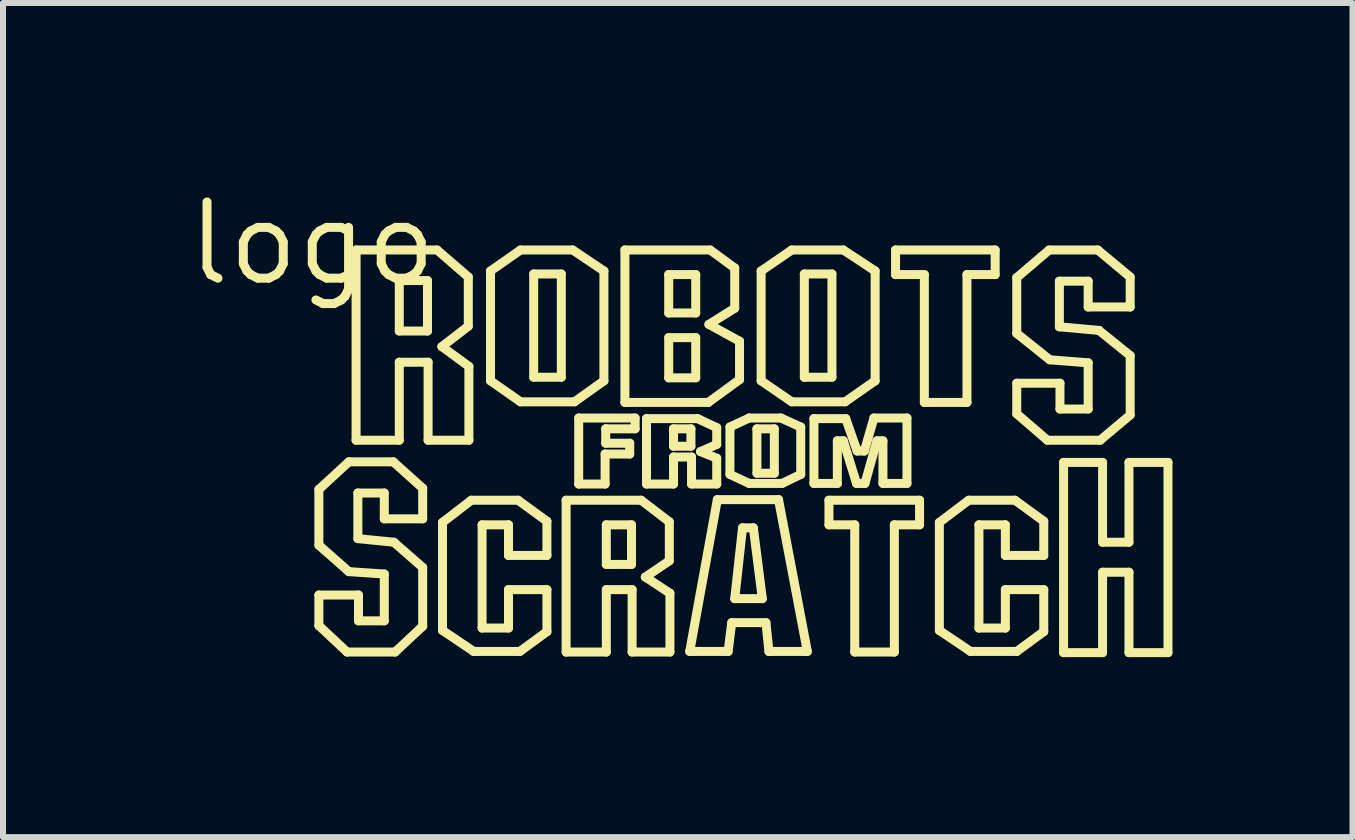
<source format=kicad_pcb>
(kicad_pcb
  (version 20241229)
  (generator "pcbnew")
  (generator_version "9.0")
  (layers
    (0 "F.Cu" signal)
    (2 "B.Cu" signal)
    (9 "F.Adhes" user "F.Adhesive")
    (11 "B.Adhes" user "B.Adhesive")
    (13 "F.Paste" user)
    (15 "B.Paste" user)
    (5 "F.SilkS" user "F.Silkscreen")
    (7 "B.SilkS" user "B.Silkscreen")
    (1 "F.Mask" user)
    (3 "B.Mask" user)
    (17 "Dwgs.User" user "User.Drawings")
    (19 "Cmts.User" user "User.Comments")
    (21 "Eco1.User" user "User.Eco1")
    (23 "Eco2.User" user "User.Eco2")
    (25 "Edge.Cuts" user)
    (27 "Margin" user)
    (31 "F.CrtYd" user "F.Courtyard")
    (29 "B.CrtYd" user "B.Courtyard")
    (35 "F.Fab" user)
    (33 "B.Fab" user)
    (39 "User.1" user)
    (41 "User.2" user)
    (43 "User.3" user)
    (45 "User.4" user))
  (footprint "logo"
    (layer "F.Cu")
    (at 2.154 1.006)
    (property "Reference" "logo" (at 0 0 0) (layer "F.SilkS") (effects (font (size 1.27 1.27) (thickness 0.15))))
    (attr through_hole)
    (fp_line (start 0.11 4.1) (end 0.11 5.03) (stroke (width 0.15) (type solid)) (layer "F.SilkS"))
    (fp_line (start 0.11 5.03) (end 0.61 5.47) (stroke (width 0.15) (type solid)) (layer "F.SilkS"))
    (fp_line (start 0.11 5.86) (end 0.11 6.37) (stroke (width 0.15) (type solid)) (layer "F.SilkS"))
    (fp_line (start 0.11 6.37) (end 0.58 6.81) (stroke (width 0.15) (type solid)) (layer "F.SilkS"))
    (fp_line (start 0.58 6.81) (end 1.38 6.81) (stroke (width 0.15) (type solid)) (layer "F.SilkS"))
    (fp_line (start 0.61 3.64) (end 0.11 4.1) (stroke (width 0.15) (type solid)) (layer "F.SilkS"))
    (fp_line (start 0.61 5.47) (end 1.2 5.51) (stroke (width 0.15) (type solid)) (layer "F.SilkS"))
    (fp_line (start 0.73 0.11) (end 0.73 3.28) (stroke (width 0.15) (type solid)) (layer "F.SilkS"))
    (fp_line (start 0.73 3.28) (end 1.45 3.28) (stroke (width 0.15) (type solid)) (layer "F.SilkS"))
    (fp_line (start 0.76 4.16) (end 1.2 4.16) (stroke (width 0.15) (type solid)) (layer "F.SilkS"))
    (fp_line (start 0.76 4.92) (end 0.76 4.16) (stroke (width 0.15) (type solid)) (layer "F.SilkS"))
    (fp_line (start 0.77 5.86) (end 0.11 5.86) (stroke (width 0.15) (type solid)) (layer "F.SilkS"))
    (fp_line (start 0.77 6.29) (end 0.77 5.86) (stroke (width 0.15) (type solid)) (layer "F.SilkS"))
    (fp_line (start 1.2 4.16) (end 1.2 4.59) (stroke (width 0.15) (type solid)) (layer "F.SilkS"))
    (fp_line (start 1.2 4.59) (end 1.84 4.59) (stroke (width 0.15) (type solid)) (layer "F.SilkS"))
    (fp_line (start 1.2 5.51) (end 1.2 6.29) (stroke (width 0.15) (type solid)) (layer "F.SilkS"))
    (fp_line (start 1.2 6.29) (end 0.77 6.29) (stroke (width 0.15) (type solid)) (layer "F.SilkS"))
    (fp_line (start 1.35 3.64) (end 0.61 3.64) (stroke (width 0.15) (type solid)) (layer "F.SilkS"))
    (fp_line (start 1.36 4.98) (end 0.76 4.92) (stroke (width 0.15) (type solid)) (layer "F.SilkS"))
    (fp_line (start 1.38 6.81) (end 1.84 6.38) (stroke (width 0.15) (type solid)) (layer "F.SilkS"))
    (fp_line (start 1.45 0.62) (end 1.92 0.62) (stroke (width 0.15) (type solid)) (layer "F.SilkS"))
    (fp_line (start 1.45 1.46) (end 1.45 0.62) (stroke (width 0.15) (type solid)) (layer "F.SilkS"))
    (fp_line (start 1.45 1.98) (end 1.93 1.98) (stroke (width 0.15) (type solid)) (layer "F.SilkS"))
    (fp_line (start 1.45 3.28) (end 1.45 1.98) (stroke (width 0.15) (type solid)) (layer "F.SilkS"))
    (fp_line (start 1.84 4.08) (end 1.35 3.64) (stroke (width 0.15) (type solid)) (layer "F.SilkS"))
    (fp_line (start 1.84 4.59) (end 1.84 4.08) (stroke (width 0.15) (type solid)) (layer "F.SilkS"))
    (fp_line (start 1.84 5.4) (end 1.36 4.98) (stroke (width 0.15) (type solid)) (layer "F.SilkS"))
    (fp_line (start 1.84 6.38) (end 1.84 5.4) (stroke (width 0.15) (type solid)) (layer "F.SilkS"))
    (fp_line (start 1.92 0.62) (end 1.92 1.46) (stroke (width 0.15) (type solid)) (layer "F.SilkS"))
    (fp_line (start 1.92 1.46) (end 1.45 1.46) (stroke (width 0.15) (type solid)) (layer "F.SilkS"))
    (fp_line (start 1.93 1.98) (end 1.93 3.28) (stroke (width 0.15) (type solid)) (layer "F.SilkS"))
    (fp_line (start 1.93 3.28) (end 2.61 3.28) (stroke (width 0.15) (type solid)) (layer "F.SilkS"))
    (fp_line (start 2.08 0.11) (end 0.73 0.11) (stroke (width 0.15) (type solid)) (layer "F.SilkS"))
    (fp_line (start 2.16 1.72) (end 2.6 1.38) (stroke (width 0.15) (type solid)) (layer "F.SilkS"))
    (fp_line (start 2.17 4.65) (end 2.17 6.45) (stroke (width 0.15) (type solid)) (layer "F.SilkS"))
    (fp_line (start 2.17 6.45) (end 2.69 6.8) (stroke (width 0.15) (type solid)) (layer "F.SilkS"))
    (fp_line (start 2.6 0.56) (end 2.08 0.11) (stroke (width 0.15) (type solid)) (layer "F.SilkS"))
    (fp_line (start 2.6 1.38) (end 2.6 0.56) (stroke (width 0.15) (type solid)) (layer "F.SilkS"))
    (fp_line (start 2.61 2.05) (end 2.16 1.72) (stroke (width 0.15) (type solid)) (layer "F.SilkS"))
    (fp_line (start 2.61 3.28) (end 2.61 2.05) (stroke (width 0.15) (type solid)) (layer "F.SilkS"))
    (fp_line (start 2.65 4.28) (end 2.17 4.65) (stroke (width 0.15) (type solid)) (layer "F.SilkS"))
    (fp_line (start 2.69 6.8) (end 3.46 6.8) (stroke (width 0.15) (type solid)) (layer "F.SilkS"))
    (fp_line (start 2.83 4.69) (end 3.27 4.69) (stroke (width 0.15) (type solid)) (layer "F.SilkS"))
    (fp_line (start 2.83 6.41) (end 2.83 4.69) (stroke (width 0.15) (type solid)) (layer "F.SilkS"))
    (fp_line (start 2.97 0.46) (end 2.97 2.29) (stroke (width 0.15) (type solid)) (layer "F.SilkS"))
    (fp_line (start 2.97 2.29) (end 3.47 2.64) (stroke (width 0.15) (type solid)) (layer "F.SilkS"))
    (fp_line (start 3.27 4.69) (end 3.27 5.2) (stroke (width 0.15) (type solid)) (layer "F.SilkS"))
    (fp_line (start 3.27 5.2) (end 3.91 5.2) (stroke (width 0.15) (type solid)) (layer "F.SilkS"))
    (fp_line (start 3.27 5.77) (end 3.27 6.41) (stroke (width 0.15) (type solid)) (layer "F.SilkS"))
    (fp_line (start 3.27 6.41) (end 2.83 6.41) (stroke (width 0.15) (type solid)) (layer "F.SilkS"))
    (fp_line (start 3.43 4.28) (end 2.65 4.28) (stroke (width 0.15) (type solid)) (layer "F.SilkS"))
    (fp_line (start 3.46 6.8) (end 3.91 6.47) (stroke (width 0.15) (type solid)) (layer "F.SilkS"))
    (fp_line (start 3.47 0.11) (end 2.97 0.46) (stroke (width 0.15) (type solid)) (layer "F.SilkS"))
    (fp_line (start 3.47 2.64) (end 4.37 2.64) (stroke (width 0.15) (type solid)) (layer "F.SilkS"))
    (fp_line (start 3.69 0.51) (end 4.15 0.51) (stroke (width 0.15) (type solid)) (layer "F.SilkS"))
    (fp_line (start 3.69 2.23) (end 3.69 0.51) (stroke (width 0.15) (type solid)) (layer "F.SilkS"))
    (fp_line (start 3.91 4.63) (end 3.43 4.28) (stroke (width 0.15) (type solid)) (layer "F.SilkS"))
    (fp_line (start 3.91 5.2) (end 3.91 4.63) (stroke (width 0.15) (type solid)) (layer "F.SilkS"))
    (fp_line (start 3.91 5.77) (end 3.27 5.77) (stroke (width 0.15) (type solid)) (layer "F.SilkS"))
    (fp_line (start 3.91 6.47) (end 3.91 5.77) (stroke (width 0.15) (type solid)) (layer "F.SilkS"))
    (fp_line (start 4.15 0.51) (end 4.15 2.23) (stroke (width 0.15) (type solid)) (layer "F.SilkS"))
    (fp_line (start 4.15 2.23) (end 3.69 2.23) (stroke (width 0.15) (type solid)) (layer "F.SilkS"))
    (fp_line (start 4.23 4.28) (end 4.23 6.81) (stroke (width 0.15) (type solid)) (layer "F.SilkS"))
    (fp_line (start 4.23 6.81) (end 4.9 6.81) (stroke (width 0.15) (type solid)) (layer "F.SilkS"))
    (fp_line (start 4.34 0.11) (end 3.47 0.11) (stroke (width 0.15) (type solid)) (layer "F.SilkS"))
    (fp_line (start 4.37 2.64) (end 4.86 2.29) (stroke (width 0.15) (type solid)) (layer "F.SilkS"))
    (fp_line (start 4.44 2.91) (end 4.44 4.01) (stroke (width 0.15) (type solid)) (layer "F.SilkS"))
    (fp_line (start 4.44 4.01) (end 4.88 4.01) (stroke (width 0.15) (type solid)) (layer "F.SilkS"))
    (fp_line (start 4.86 0.46) (end 4.34 0.11) (stroke (width 0.15) (type solid)) (layer "F.SilkS"))
    (fp_line (start 4.86 2.29) (end 4.86 0.46) (stroke (width 0.15) (type solid)) (layer "F.SilkS"))
    (fp_line (start 4.88 3.51) (end 5.29 3.51) (stroke (width 0.15) (type solid)) (layer "F.SilkS"))
    (fp_line (start 4.88 4.01) (end 4.88 3.51) (stroke (width 0.15) (type solid)) (layer "F.SilkS"))
    (fp_line (start 4.89 3.09) (end 5.38 3.09) (stroke (width 0.15) (type solid)) (layer "F.SilkS"))
    (fp_line (start 4.89 3.33) (end 4.89 3.09) (stroke (width 0.15) (type solid)) (layer "F.SilkS"))
    (fp_line (start 4.9 4.69) (end 5.32 4.69) (stroke (width 0.15) (type solid)) (layer "F.SilkS"))
    (fp_line (start 4.9 5.35) (end 4.9 4.69) (stroke (width 0.15) (type solid)) (layer "F.SilkS"))
    (fp_line (start 4.9 5.77) (end 5.33 5.77) (stroke (width 0.15) (type solid)) (layer "F.SilkS"))
    (fp_line (start 4.9 6.81) (end 4.9 5.77) (stroke (width 0.15) (type solid)) (layer "F.SilkS"))
    (fp_line (start 5.21 0.11) (end 5.21 2.65) (stroke (width 0.15) (type solid)) (layer "F.SilkS"))
    (fp_line (start 5.21 2.65) (end 6.6 2.65) (stroke (width 0.15) (type solid)) (layer "F.SilkS"))
    (fp_line (start 5.29 3.33) (end 4.89 3.33) (stroke (width 0.15) (type solid)) (layer "F.SilkS"))
    (fp_line (start 5.29 3.51) (end 5.29 3.33) (stroke (width 0.15) (type solid)) (layer "F.SilkS"))
    (fp_line (start 5.32 4.69) (end 5.32 5.35) (stroke (width 0.15) (type solid)) (layer "F.SilkS"))
    (fp_line (start 5.32 5.35) (end 4.9 5.35) (stroke (width 0.15) (type solid)) (layer "F.SilkS"))
    (fp_line (start 5.33 5.77) (end 5.33 6.81) (stroke (width 0.15) (type solid)) (layer "F.SilkS"))
    (fp_line (start 5.33 6.81) (end 5.96 6.81) (stroke (width 0.15) (type solid)) (layer "F.SilkS"))
    (fp_line (start 5.38 2.91) (end 4.44 2.91) (stroke (width 0.15) (type solid)) (layer "F.SilkS"))
    (fp_line (start 5.38 3.09) (end 5.38 2.91) (stroke (width 0.15) (type solid)) (layer "F.SilkS"))
    (fp_line (start 5.48 4.28) (end 4.23 4.28) (stroke (width 0.15) (type solid)) (layer "F.SilkS"))
    (fp_line (start 5.55 5.56) (end 5.95 5.29) (stroke (width 0.15) (type solid)) (layer "F.SilkS"))
    (fp_line (start 5.57 2.92) (end 5.57 4.01) (stroke (width 0.15) (type solid)) (layer "F.SilkS"))
    (fp_line (start 5.57 4.01) (end 6.02 4.01) (stroke (width 0.15) (type solid)) (layer "F.SilkS"))
    (fp_line (start 5.94 0.52) (end 6.39 0.52) (stroke (width 0.15) (type solid)) (layer "F.SilkS"))
    (fp_line (start 5.94 1.16) (end 5.94 0.52) (stroke (width 0.15) (type solid)) (layer "F.SilkS"))
    (fp_line (start 5.94 1.57) (end 6.39 1.57) (stroke (width 0.15) (type solid)) (layer "F.SilkS"))
    (fp_line (start 5.94 2.24) (end 5.94 1.57) (stroke (width 0.15) (type solid)) (layer "F.SilkS"))
    (fp_line (start 5.95 4.64) (end 5.48 4.28) (stroke (width 0.15) (type solid)) (layer "F.SilkS"))
    (fp_line (start 5.95 5.29) (end 5.95 4.64) (stroke (width 0.15) (type solid)) (layer "F.SilkS"))
    (fp_line (start 5.96 5.83) (end 5.55 5.56) (stroke (width 0.15) (type solid)) (layer "F.SilkS"))
    (fp_line (start 5.96 6.81) (end 5.96 5.83) (stroke (width 0.15) (type solid)) (layer "F.SilkS"))
    (fp_line (start 6.02 3.09) (end 6.31 3.09) (stroke (width 0.15) (type solid)) (layer "F.SilkS"))
    (fp_line (start 6.02 3.38) (end 6.02 3.09) (stroke (width 0.15) (type solid)) (layer "F.SilkS"))
    (fp_line (start 6.02 3.56) (end 6.32 3.56) (stroke (width 0.15) (type solid)) (layer "F.SilkS"))
    (fp_line (start 6.02 4.01) (end 6.02 3.56) (stroke (width 0.15) (type solid)) (layer "F.SilkS"))
    (fp_line (start 6.29 6.8) (end 6.93 6.8) (stroke (width 0.15) (type solid)) (layer "F.SilkS"))
    (fp_line (start 6.31 3.09) (end 6.31 3.38) (stroke (width 0.15) (type solid)) (layer "F.SilkS"))
    (fp_line (start 6.31 3.38) (end 6.02 3.38) (stroke (width 0.15) (type solid)) (layer "F.SilkS"))
    (fp_line (start 6.32 3.56) (end 6.32 4.01) (stroke (width 0.15) (type solid)) (layer "F.SilkS"))
    (fp_line (start 6.32 4.01) (end 6.74 4.01) (stroke (width 0.15) (type solid)) (layer "F.SilkS"))
    (fp_line (start 6.39 0.52) (end 6.39 1.16) (stroke (width 0.15) (type solid)) (layer "F.SilkS"))
    (fp_line (start 6.39 1.16) (end 5.94 1.16) (stroke (width 0.15) (type solid)) (layer "F.SilkS"))
    (fp_line (start 6.39 1.57) (end 6.39 2.24) (stroke (width 0.15) (type solid)) (layer "F.SilkS"))
    (fp_line (start 6.39 2.24) (end 5.94 2.24) (stroke (width 0.15) (type solid)) (layer "F.SilkS"))
    (fp_line (start 6.42 2.92) (end 5.57 2.92) (stroke (width 0.15) (type solid)) (layer "F.SilkS"))
    (fp_line (start 6.47 3.47) (end 6.74 3.35) (stroke (width 0.15) (type solid)) (layer "F.SilkS"))
    (fp_line (start 6.6 2.65) (end 7.12 2.27) (stroke (width 0.15) (type solid)) (layer "F.SilkS"))
    (fp_line (start 6.61 1.35) (end 7.04 1.08) (stroke (width 0.15) (type solid)) (layer "F.SilkS"))
    (fp_line (start 6.63 0.11) (end 5.21 0.11) (stroke (width 0.15) (type solid)) (layer "F.SilkS"))
    (fp_line (start 6.74 3.07) (end 6.42 2.92) (stroke (width 0.15) (type solid)) (layer "F.SilkS"))
    (fp_line (start 6.74 3.35) (end 6.74 3.07) (stroke (width 0.15) (type solid)) (layer "F.SilkS"))
    (fp_line (start 6.74 3.58) (end 6.47 3.47) (stroke (width 0.15) (type solid)) (layer "F.SilkS"))
    (fp_line (start 6.74 4.01) (end 6.74 3.58) (stroke (width 0.15) (type solid)) (layer "F.SilkS"))
    (fp_line (start 6.75 4.27) (end 6.29 6.8) (stroke (width 0.15) (type solid)) (layer "F.SilkS"))
    (fp_line (start 6.93 6.8) (end 6.99 6.32) (stroke (width 0.15) (type solid)) (layer "F.SilkS"))
    (fp_line (start 6.96 3.06) (end 6.96 3.85) (stroke (width 0.15) (type solid)) (layer "F.SilkS"))
    (fp_line (start 6.96 3.85) (end 7.28 4) (stroke (width 0.15) (type solid)) (layer "F.SilkS"))
    (fp_line (start 6.99 6.32) (end 7.56 6.32) (stroke (width 0.15) (type solid)) (layer "F.SilkS"))
    (fp_line (start 7.04 0.41) (end 6.63 0.11) (stroke (width 0.15) (type solid)) (layer "F.SilkS"))
    (fp_line (start 7.04 1.08) (end 7.04 0.41) (stroke (width 0.15) (type solid)) (layer "F.SilkS"))
    (fp_line (start 7.04 5.92) (end 7.17 4.74) (stroke (width 0.15) (type solid)) (layer "F.SilkS"))
    (fp_line (start 7.12 1.63) (end 6.61 1.35) (stroke (width 0.15) (type solid)) (layer "F.SilkS"))
    (fp_line (start 7.12 2.27) (end 7.12 1.63) (stroke (width 0.15) (type solid)) (layer "F.SilkS"))
    (fp_line (start 7.17 4.74) (end 7.35 4.74) (stroke (width 0.15) (type solid)) (layer "F.SilkS"))
    (fp_line (start 7.28 2.91) (end 6.96 3.06) (stroke (width 0.15) (type solid)) (layer "F.SilkS"))
    (fp_line (start 7.28 4) (end 7.83 4) (stroke (width 0.15) (type solid)) (layer "F.SilkS"))
    (fp_line (start 7.35 4.74) (end 7.5 5.92) (stroke (width 0.15) (type solid)) (layer "F.SilkS"))
    (fp_line (start 7.41 3.09) (end 7.7 3.09) (stroke (width 0.15) (type solid)) (layer "F.SilkS"))
    (fp_line (start 7.41 3.83) (end 7.41 3.09) (stroke (width 0.15) (type solid)) (layer "F.SilkS"))
    (fp_line (start 7.48 0.46) (end 7.48 2.29) (stroke (width 0.15) (type solid)) (layer "F.SilkS"))
    (fp_line (start 7.48 2.29) (end 7.99 2.64) (stroke (width 0.15) (type solid)) (layer "F.SilkS"))
    (fp_line (start 7.5 5.92) (end 7.04 5.92) (stroke (width 0.15) (type solid)) (layer "F.SilkS"))
    (fp_line (start 7.56 6.32) (end 7.61 6.8) (stroke (width 0.15) (type solid)) (layer "F.SilkS"))
    (fp_line (start 7.61 6.8) (end 8.25 6.8) (stroke (width 0.15) (type solid)) (layer "F.SilkS"))
    (fp_line (start 7.7 3.09) (end 7.7 3.83) (stroke (width 0.15) (type solid)) (layer "F.SilkS"))
    (fp_line (start 7.7 3.83) (end 7.41 3.83) (stroke (width 0.15) (type solid)) (layer "F.SilkS"))
    (fp_line (start 7.77 4.27) (end 6.75 4.27) (stroke (width 0.15) (type solid)) (layer "F.SilkS"))
    (fp_line (start 7.81 2.91) (end 7.28 2.91) (stroke (width 0.15) (type solid)) (layer "F.SilkS"))
    (fp_line (start 7.83 4) (end 8.14 3.85) (stroke (width 0.15) (type solid)) (layer "F.SilkS"))
    (fp_line (start 7.99 0.11) (end 7.48 0.46) (stroke (width 0.15) (type solid)) (layer "F.SilkS"))
    (fp_line (start 7.99 2.64) (end 8.88 2.64) (stroke (width 0.15) (type solid)) (layer "F.SilkS"))
    (fp_line (start 8.14 3.06) (end 7.81 2.91) (stroke (width 0.15) (type solid)) (layer "F.SilkS"))
    (fp_line (start 8.14 3.85) (end 8.14 3.06) (stroke (width 0.15) (type solid)) (layer "F.SilkS"))
    (fp_line (start 8.2 0.51) (end 8.66 0.51) (stroke (width 0.15) (type solid)) (layer "F.SilkS"))
    (fp_line (start 8.2 2.23) (end 8.2 0.51) (stroke (width 0.15) (type solid)) (layer "F.SilkS"))
    (fp_line (start 8.25 6.8) (end 7.77 4.27) (stroke (width 0.15) (type solid)) (layer "F.SilkS"))
    (fp_line (start 8.36 2.92) (end 8.36 4) (stroke (width 0.15) (type solid)) (layer "F.SilkS"))
    (fp_line (start 8.36 4) (end 8.75 4) (stroke (width 0.15) (type solid)) (layer "F.SilkS"))
    (fp_line (start 8.61 4.28) (end 8.61 4.69) (stroke (width 0.15) (type solid)) (layer "F.SilkS"))
    (fp_line (start 8.61 4.69) (end 9.04 4.69) (stroke (width 0.15) (type solid)) (layer "F.SilkS"))
    (fp_line (start 8.66 0.51) (end 8.66 2.23) (stroke (width 0.15) (type solid)) (layer "F.SilkS"))
    (fp_line (start 8.66 2.23) (end 8.2 2.23) (stroke (width 0.15) (type solid)) (layer "F.SilkS"))
    (fp_line (start 8.75 3.29) (end 8.85 3.29) (stroke (width 0.15) (type solid)) (layer "F.SilkS"))
    (fp_line (start 8.75 4) (end 8.75 3.29) (stroke (width 0.15) (type solid)) (layer "F.SilkS"))
    (fp_line (start 8.85 0.11) (end 7.99 0.11) (stroke (width 0.15) (type solid)) (layer "F.SilkS"))
    (fp_line (start 8.85 3.29) (end 9.07 4) (stroke (width 0.15) (type solid)) (layer "F.SilkS"))
    (fp_line (start 8.88 2.64) (end 9.38 2.29) (stroke (width 0.15) (type solid)) (layer "F.SilkS"))
    (fp_line (start 8.89 2.92) (end 8.36 2.92) (stroke (width 0.15) (type solid)) (layer "F.SilkS"))
    (fp_line (start 9.04 4.69) (end 9.04 6.81) (stroke (width 0.15) (type solid)) (layer "F.SilkS"))
    (fp_line (start 9.04 6.81) (end 9.7 6.81) (stroke (width 0.15) (type solid)) (layer "F.SilkS"))
    (fp_line (start 9.07 4) (end 9.21 4) (stroke (width 0.15) (type solid)) (layer "F.SilkS"))
    (fp_line (start 9.08 3.46) (end 8.89 2.92) (stroke (width 0.15) (type solid)) (layer "F.SilkS"))
    (fp_line (start 9.2 3.46) (end 9.08 3.46) (stroke (width 0.15) (type solid)) (layer "F.SilkS"))
    (fp_line (start 9.21 4) (end 9.41 3.29) (stroke (width 0.15) (type solid)) (layer "F.SilkS"))
    (fp_line (start 9.36 2.91) (end 9.2 3.46) (stroke (width 0.15) (type solid)) (layer "F.SilkS"))
    (fp_line (start 9.38 0.46) (end 8.85 0.11) (stroke (width 0.15) (type solid)) (layer "F.SilkS"))
    (fp_line (start 9.38 2.29) (end 9.38 0.46) (stroke (width 0.15) (type solid)) (layer "F.SilkS"))
    (fp_line (start 9.41 3.29) (end 9.51 3.29) (stroke (width 0.15) (type solid)) (layer "F.SilkS"))
    (fp_line (start 9.51 3.29) (end 9.51 4) (stroke (width 0.15) (type solid)) (layer "F.SilkS"))
    (fp_line (start 9.51 4) (end 9.91 4) (stroke (width 0.15) (type solid)) (layer "F.SilkS"))
    (fp_line (start 9.7 4.69) (end 10.12 4.69) (stroke (width 0.15) (type solid)) (layer "F.SilkS"))
    (fp_line (start 9.7 6.81) (end 9.7 4.69) (stroke (width 0.15) (type solid)) (layer "F.SilkS"))
    (fp_line (start 9.72 0.11) (end 9.72 0.52) (stroke (width 0.15) (type solid)) (layer "F.SilkS"))
    (fp_line (start 9.72 0.52) (end 10.2 0.52) (stroke (width 0.15) (type solid)) (layer "F.SilkS"))
    (fp_line (start 9.91 2.91) (end 9.36 2.91) (stroke (width 0.15) (type solid)) (layer "F.SilkS"))
    (fp_line (start 9.91 4) (end 9.91 2.91) (stroke (width 0.15) (type solid)) (layer "F.SilkS"))
    (fp_line (start 10.12 4.28) (end 8.61 4.28) (stroke (width 0.15) (type solid)) (layer "F.SilkS"))
    (fp_line (start 10.12 4.69) (end 10.12 4.28) (stroke (width 0.15) (type solid)) (layer "F.SilkS"))
    (fp_line (start 10.2 0.52) (end 10.2 2.65) (stroke (width 0.15) (type solid)) (layer "F.SilkS"))
    (fp_line (start 10.2 2.65) (end 10.91 2.65) (stroke (width 0.15) (type solid)) (layer "F.SilkS"))
    (fp_line (start 10.45 4.65) (end 10.45 6.45) (stroke (width 0.15) (type solid)) (layer "F.SilkS"))
    (fp_line (start 10.45 6.45) (end 10.97 6.8) (stroke (width 0.15) (type solid)) (layer "F.SilkS"))
    (fp_line (start 10.91 0.52) (end 11.38 0.52) (stroke (width 0.15) (type solid)) (layer "F.SilkS"))
    (fp_line (start 10.91 2.65) (end 10.91 0.52) (stroke (width 0.15) (type solid)) (layer "F.SilkS"))
    (fp_line (start 10.94 4.28) (end 10.45 4.65) (stroke (width 0.15) (type solid)) (layer "F.SilkS"))
    (fp_line (start 10.97 6.8) (end 11.74 6.8) (stroke (width 0.15) (type solid)) (layer "F.SilkS"))
    (fp_line (start 11.11 4.69) (end 11.55 4.69) (stroke (width 0.15) (type solid)) (layer "F.SilkS"))
    (fp_line (start 11.11 6.41) (end 11.11 4.69) (stroke (width 0.15) (type solid)) (layer "F.SilkS"))
    (fp_line (start 11.38 0.11) (end 9.72 0.11) (stroke (width 0.15) (type solid)) (layer "F.SilkS"))
    (fp_line (start 11.38 0.52) (end 11.38 0.11) (stroke (width 0.15) (type solid)) (layer "F.SilkS"))
    (fp_line (start 11.55 4.69) (end 11.55 5.2) (stroke (width 0.15) (type solid)) (layer "F.SilkS"))
    (fp_line (start 11.55 5.2) (end 12.19 5.2) (stroke (width 0.15) (type solid)) (layer "F.SilkS"))
    (fp_line (start 11.55 5.77) (end 11.55 6.41) (stroke (width 0.15) (type solid)) (layer "F.SilkS"))
    (fp_line (start 11.55 6.41) (end 11.11 6.41) (stroke (width 0.15) (type solid)) (layer "F.SilkS"))
    (fp_line (start 11.71 4.28) (end 10.94 4.28) (stroke (width 0.15) (type solid)) (layer "F.SilkS"))
    (fp_line (start 11.74 0.57) (end 11.74 1.5) (stroke (width 0.15) (type solid)) (layer "F.SilkS"))
    (fp_line (start 11.74 1.5) (end 12.29 1.94) (stroke (width 0.15) (type solid)) (layer "F.SilkS"))
    (fp_line (start 11.74 2.33) (end 11.74 2.84) (stroke (width 0.15) (type solid)) (layer "F.SilkS"))
    (fp_line (start 11.74 2.84) (end 12.25 3.28) (stroke (width 0.15) (type solid)) (layer "F.SilkS"))
    (fp_line (start 11.74 6.8) (end 12.19 6.47) (stroke (width 0.15) (type solid)) (layer "F.SilkS"))
    (fp_line (start 12.19 4.63) (end 11.71 4.28) (stroke (width 0.15) (type solid)) (layer "F.SilkS"))
    (fp_line (start 12.19 5.2) (end 12.19 4.63) (stroke (width 0.15) (type solid)) (layer "F.SilkS"))
    (fp_line (start 12.19 5.77) (end 11.55 5.77) (stroke (width 0.15) (type solid)) (layer "F.SilkS"))
    (fp_line (start 12.19 6.47) (end 12.19 5.77) (stroke (width 0.15) (type solid)) (layer "F.SilkS"))
    (fp_line (start 12.25 3.28) (end 13.13 3.28) (stroke (width 0.15) (type solid)) (layer "F.SilkS"))
    (fp_line (start 12.28 0.11) (end 11.74 0.57) (stroke (width 0.15) (type solid)) (layer "F.SilkS"))
    (fp_line (start 12.29 1.94) (end 12.93 1.99) (stroke (width 0.15) (type solid)) (layer "F.SilkS"))
    (fp_line (start 12.45 0.63) (end 12.93 0.63) (stroke (width 0.15) (type solid)) (layer "F.SilkS"))
    (fp_line (start 12.45 1.39) (end 12.45 0.63) (stroke (width 0.15) (type solid)) (layer "F.SilkS"))
    (fp_line (start 12.46 2.33) (end 11.74 2.33) (stroke (width 0.15) (type solid)) (layer "F.SilkS"))
    (fp_line (start 12.46 2.76) (end 12.46 2.33) (stroke (width 0.15) (type solid)) (layer "F.SilkS"))
    (fp_line (start 12.52 3.65) (end 12.52 6.82) (stroke (width 0.15) (type solid)) (layer "F.SilkS"))
    (fp_line (start 12.52 6.82) (end 13.17 6.82) (stroke (width 0.15) (type solid)) (layer "F.SilkS"))
    (fp_line (start 12.93 0.63) (end 12.93 1.06) (stroke (width 0.15) (type solid)) (layer "F.SilkS"))
    (fp_line (start 12.93 1.06) (end 13.63 1.06) (stroke (width 0.15) (type solid)) (layer "F.SilkS"))
    (fp_line (start 12.93 1.99) (end 12.93 2.76) (stroke (width 0.15) (type solid)) (layer "F.SilkS"))
    (fp_line (start 12.93 2.76) (end 12.46 2.76) (stroke (width 0.15) (type solid)) (layer "F.SilkS"))
    (fp_line (start 13.09 0.11) (end 12.28 0.11) (stroke (width 0.15) (type solid)) (layer "F.SilkS"))
    (fp_line (start 13.11 1.45) (end 12.45 1.39) (stroke (width 0.15) (type solid)) (layer "F.SilkS"))
    (fp_line (start 13.13 3.28) (end 13.63 2.86) (stroke (width 0.15) (type solid)) (layer "F.SilkS"))
    (fp_line (start 13.17 3.65) (end 12.52 3.65) (stroke (width 0.15) (type solid)) (layer "F.SilkS"))
    (fp_line (start 13.17 4.98) (end 13.17 3.65) (stroke (width 0.15) (type solid)) (layer "F.SilkS"))
    (fp_line (start 13.17 5.48) (end 13.61 5.48) (stroke (width 0.15) (type solid)) (layer "F.SilkS"))
    (fp_line (start 13.17 6.82) (end 13.17 5.48) (stroke (width 0.15) (type solid)) (layer "F.SilkS"))
    (fp_line (start 13.61 3.65) (end 13.61 4.98) (stroke (width 0.15) (type solid)) (layer "F.SilkS"))
    (fp_line (start 13.61 4.98) (end 13.17 4.98) (stroke (width 0.15) (type solid)) (layer "F.SilkS"))
    (fp_line (start 13.61 5.48) (end 13.61 6.82) (stroke (width 0.15) (type solid)) (layer "F.SilkS"))
    (fp_line (start 13.61 6.82) (end 14.26 6.82) (stroke (width 0.15) (type solid)) (layer "F.SilkS"))
    (fp_line (start 13.63 0.56) (end 13.09 0.11) (stroke (width 0.15) (type solid)) (layer "F.SilkS"))
    (fp_line (start 13.63 1.06) (end 13.63 0.56) (stroke (width 0.15) (type solid)) (layer "F.SilkS"))
    (fp_line (start 13.63 1.87) (end 13.11 1.45) (stroke (width 0.15) (type solid)) (layer "F.SilkS"))
    (fp_line (start 13.63 2.86) (end 13.63 1.87) (stroke (width 0.15) (type solid)) (layer "F.SilkS"))
    (fp_line (start 14.26 3.65) (end 13.61 3.65) (stroke (width 0.15) (type solid)) (layer "F.SilkS"))
    (fp_line (start 14.26 6.82) (end 14.26 3.65) (stroke (width 0.15) (type solid)) (layer "F.SilkS")))
  (gr_rect
    (start -3 -3)
    (end 19.489 10.901)
    (stroke (width 0.1) (type default))
    (fill no)
    (layer "Edge.Cuts")))
</source>
